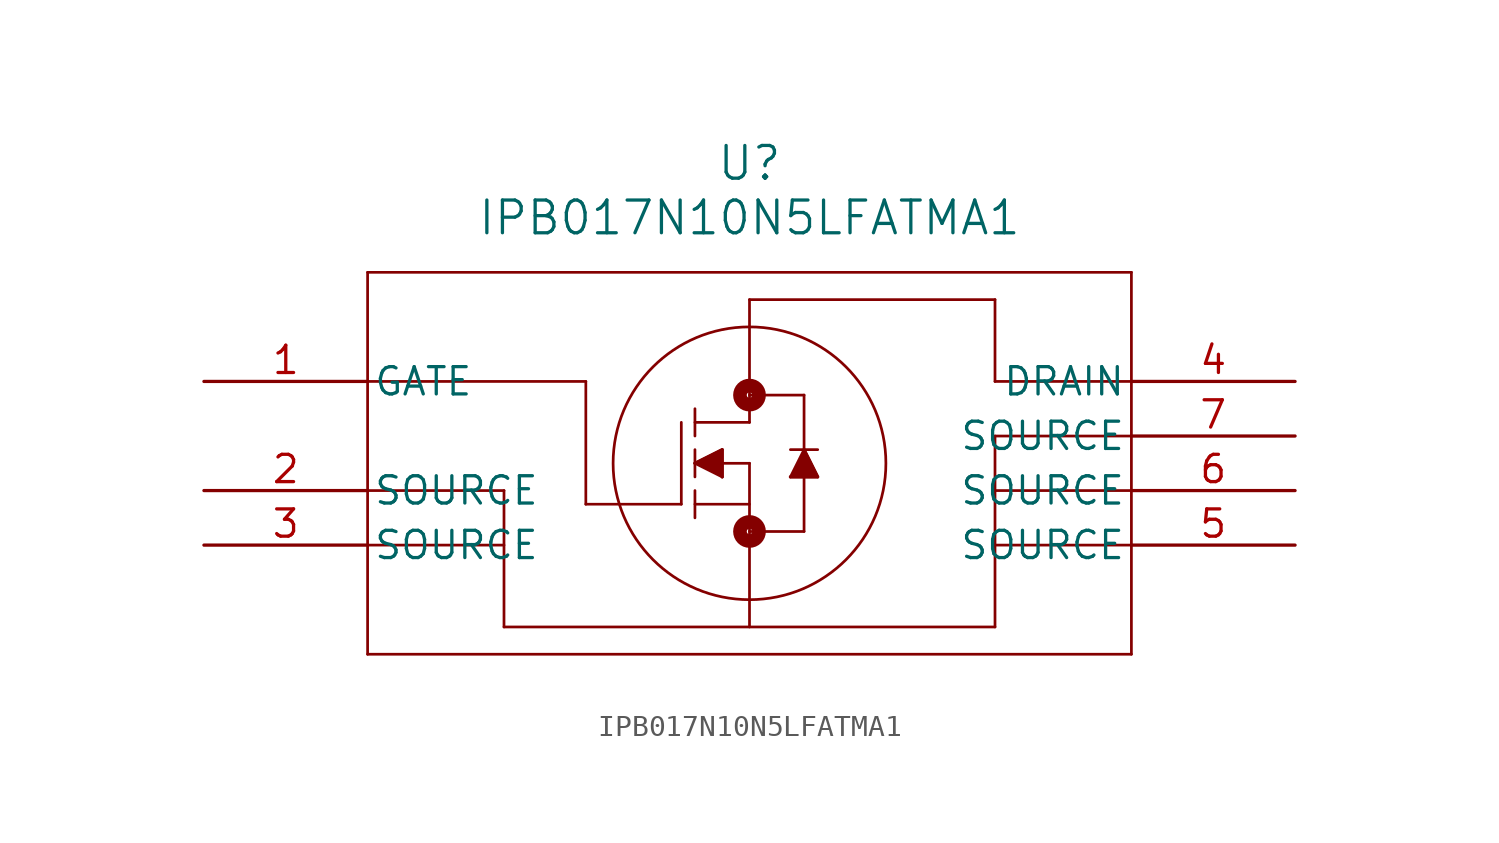
<source format=kicad_sym>
(kicad_symbol_lib
  (version 20211014)
  (generator kicad_symbol_editor)
  (symbol "IPB017N10N5LFATMA1"
    (pin_names
      (offset 0.254))
    (property "Reference" "U"
      (at 25.4 10.16 0)
      (effects (font (size 1.524 1.524))))
    (property "Value" "IPB017N10N5LFATMA1"
      (at 25.4 7.62 0)
      (effects (font (size 1.524 1.524))))
    (symbol "IPB017N10N5LFATMA1_0_1"
      (polyline (pts (xy 7.62 5.08) (xy 7.62 -12.7)) (stroke (width 0.127) (type default) (color 0 0 0 0)) (fill (type none)))
      (polyline (pts (xy 7.62 -12.7) (xy 43.18 -12.7)) (stroke (width 0.127) (type default) (color 0 0 0 0)) (fill (type none)))
      (polyline (pts (xy 43.18 -12.7) (xy 43.18 5.08)) (stroke (width 0.127) (type default) (color 0 0 0 0)) (fill (type none)))
      (polyline (pts (xy 43.18 5.08) (xy 7.62 5.08)) (stroke (width 0.127) (type default) (color 0 0 0 0)) (fill (type none)))
      (circle (center 25.4 -3.81) (radius 6.35) (stroke (width 0.127) (type default) (color 0 0 0 0)) (fill (type none)))
      (polyline (pts (xy 25.4 -3.81) (xy 22.86 -3.81)) (stroke (width 0.127) (type default) (color 0 0 0 0)) (fill (type none)))
      (polyline (pts (xy 22.86 -3.175) (xy 22.86 -4.445)) (stroke (width 0.127) (type default) (color 0 0 0 0)) (fill (type none)))
      (polyline (pts (xy 22.86 -2.54) (xy 22.86 -1.27)) (stroke (width 0.127) (type default) (color 0 0 0 0)) (fill (type none)))
      (polyline (pts (xy 22.86 -5.08) (xy 22.86 -6.35)) (stroke (width 0.127) (type default) (color 0 0 0 0)) (fill (type none)))
      (polyline (pts (xy 22.86 -1.905) (xy 25.4 -1.905)) (stroke (width 0.127) (type default) (color 0 0 0 0)) (fill (type none)))
      (polyline (pts (xy 22.86 -5.715) (xy 25.4 -5.715)) (stroke (width 0.127) (type default) (color 0 0 0 0)) (fill (type none)))
      (polyline (pts (xy 25.4 -3.81) (xy 25.4 -11.43)) (stroke (width 0.127) (type default) (color 0 0 0 0)) (fill (type none)))
      (polyline (pts (xy 25.4 -1.905) (xy 25.4 3.81)) (stroke (width 0.127) (type default) (color 0 0 0 0)) (fill (type none)))
      (polyline (pts (xy 25.4 -0.635) (xy 27.94 -0.635)) (stroke (width 0.127) (type default) (color 0 0 0 0)) (fill (type none)))
      (polyline (pts (xy 25.4 -6.985) (xy 27.94 -6.985)) (stroke (width 0.127) (type default) (color 0 0 0 0)) (fill (type none)))
      (polyline (pts (xy 27.94 -6.985) (xy 27.94 -0.635)) (stroke (width 0.127) (type default) (color 0 0 0 0)) (fill (type none)))
      (polyline (pts (xy 27.305 -3.175) (xy 28.575 -3.175)) (stroke (width 0.127) (type default) (color 0 0 0 0)) (fill (type none)))
      (polyline (pts (xy 27.94 -3.175) (xy 27.305 -4.445)) (stroke (width 0.127) (type default) (color 0 0 0 0)) (fill (type none)))
      (polyline (pts (xy 27.305 -4.445) (xy 28.575 -4.445)) (stroke (width 0.127) (type default) (color 0 0 0 0)) (fill (type none)))
      (polyline (pts (xy 28.575 -4.445) (xy 27.94 -3.175)) (stroke (width 0.127) (type default) (color 0 0 0 0)) (fill (type none)))
      (polyline (pts (xy 22.86 -3.81) (xy 24.13 -3.175)) (stroke (width 0.127) (type default) (color 0 0 0 0)) (fill (type none)))
      (polyline (pts (xy 22.86 -3.81) (xy 24.13 -4.445)) (stroke (width 0.127) (type default) (color 0 0 0 0)) (fill (type none)))
      (polyline (pts (xy 24.13 -3.175) (xy 24.13 -4.445)) (stroke (width 0.127) (type default) (color 0 0 0 0)) (fill (type none)))
      (polyline (pts (xy 22.225 -1.905) (xy 22.225 -5.715)) (stroke (width 0.127) (type default) (color 0 0 0 0)) (fill (type none)))
      (polyline (pts (xy 22.225 -5.715) (xy 17.78 -5.715)) (stroke (width 0.127) (type default) (color 0 0 0 0)) (fill (type none)))
      (polyline (pts (xy 17.78 -5.715) (xy 17.78 0)) (stroke (width 0.127) (type default) (color 0 0 0 0)) (fill (type none)))
      (polyline (pts (xy 17.78 0) (xy 7.62 0)) (stroke (width 0.127) (type default) (color 0 0 0 0)) (fill (type none)))
      (polyline (pts (xy 7.62 -5.08) (xy 13.97 -5.08)) (stroke (width 0.127) (type default) (color 0 0 0 0)) (fill (type none)))
      (polyline (pts (xy 7.62 -7.62) (xy 13.97 -7.62)) (stroke (width 0.127) (type default) (color 0 0 0 0)) (fill (type none)))
      (polyline (pts (xy 13.97 -5.08) (xy 13.97 -11.43)) (stroke (width 0.127) (type default) (color 0 0 0 0)) (fill (type none)))
      (polyline (pts (xy 13.97 -11.43) (xy 36.83 -11.43)) (stroke (width 0.127) (type default) (color 0 0 0 0)) (fill (type none)))
      (polyline (pts (xy 36.83 -11.43) (xy 36.83 -2.54)) (stroke (width 0.127) (type default) (color 0 0 0 0)) (fill (type none)))
      (polyline (pts (xy 36.83 -2.54) (xy 43.18 -2.54)) (stroke (width 0.127) (type default) (color 0 0 0 0)) (fill (type none)))
      (polyline (pts (xy 43.18 -5.08) (xy 36.83 -5.08)) (stroke (width 0.127) (type default) (color 0 0 0 0)) (fill (type none)))
      (polyline (pts (xy 43.18 -7.62) (xy 36.83 -7.62)) (stroke (width 0.127) (type default) (color 0 0 0 0)) (fill (type none)))
      (polyline (pts (xy 25.4 3.81) (xy 36.83 3.81)) (stroke (width 0.127) (type default) (color 0 0 0 0)) (fill (type none)))
      (polyline (pts (xy 36.83 3.81) (xy 36.83 0)) (stroke (width 0.127) (type default) (color 0 0 0 0)) (fill (type none)))
      (polyline (pts (xy 36.83 0) (xy 43.18 0)) (stroke (width 0.127) (type default) (color 0 0 0 0)) (fill (type none)))
      (polyline (pts (xy 27.305 -4.445) (xy 28.575 -4.445) (xy 27.94 -3.175)) (stroke (width 0) (type default) (color 0 0 0 0)) (fill (type outline)))
      (polyline (pts (xy 22.86 -3.81) (xy 24.13 -3.175) (xy 24.13 -4.445)) (stroke (width 0) (type default) (color 0 0 0 0)) (fill (type outline)))
      (circle (center 25.4 -0.635) (radius 0.127) (stroke (width 0.635) (type default) (color 0 0 0 0)) (fill (type none)))
      (circle (center 25.4 -6.985) (radius 0.127) (stroke (width 0.635) (type default) (color 0 0 0 0)) (fill (type none)))
      (pin unspecified line (at 0 0 0) (length 7.62) (name "GATE" (effects (font (size 1.27 1.27)))) (number "1" (effects (font (size 1.27 1.27)))))
      (pin unspecified line (at 0 -5.08 0) (length 7.62) (name "SOURCE" (effects (font (size 1.27 1.27)))) (number "2" (effects (font (size 1.27 1.27)))))
      (pin unspecified line (at 0 -7.62 0) (length 7.62) (name "SOURCE" (effects (font (size 1.27 1.27)))) (number "3" (effects (font (size 1.27 1.27)))))
      (pin unspecified line (at 50.8 0 180) (length 7.62) (name "DRAIN" (effects (font (size 1.27 1.27)))) (number "4" (effects (font (size 1.27 1.27)))))
      (pin unspecified line (at 50.8 -7.62 180) (length 7.62) (name "SOURCE" (effects (font (size 1.27 1.27)))) (number "5" (effects (font (size 1.27 1.27)))))
      (pin unspecified line (at 50.8 -5.08 180) (length 7.62) (name "SOURCE" (effects (font (size 1.27 1.27)))) (number "6" (effects (font (size 1.27 1.27)))))
      (pin unspecified line (at 50.8 -2.54 180) (length 7.62) (name "SOURCE" (effects (font (size 1.27 1.27)))) (number "7" (effects (font (size 1.27 1.27))))))))
</source>
